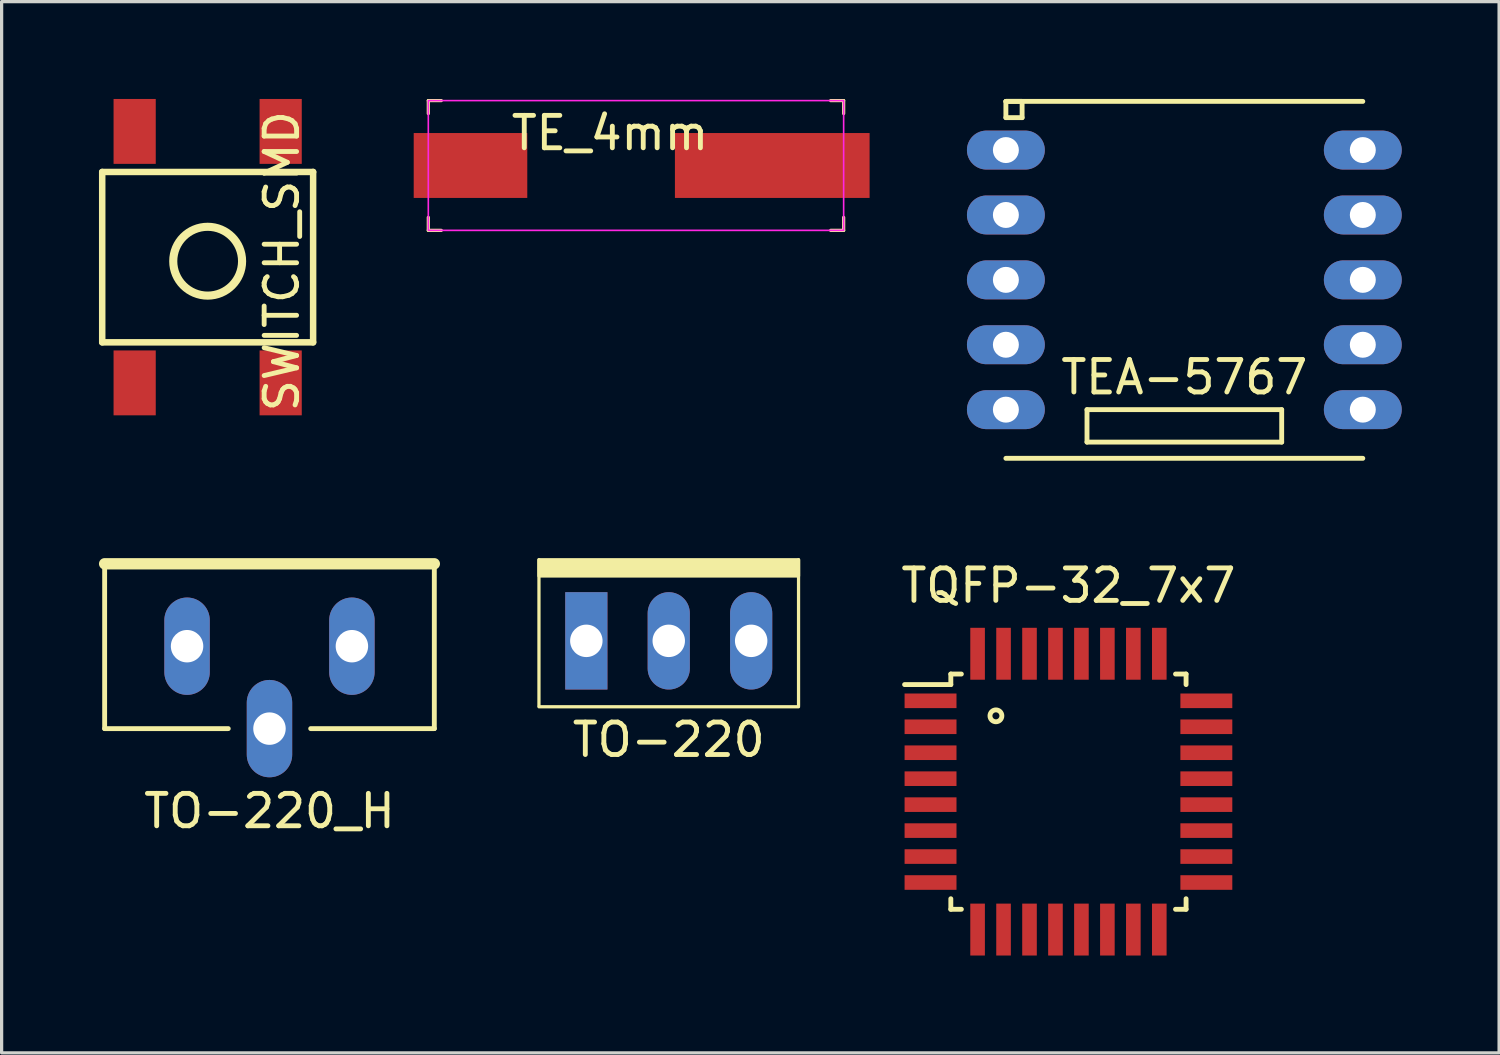
<source format=kicad_pcb>
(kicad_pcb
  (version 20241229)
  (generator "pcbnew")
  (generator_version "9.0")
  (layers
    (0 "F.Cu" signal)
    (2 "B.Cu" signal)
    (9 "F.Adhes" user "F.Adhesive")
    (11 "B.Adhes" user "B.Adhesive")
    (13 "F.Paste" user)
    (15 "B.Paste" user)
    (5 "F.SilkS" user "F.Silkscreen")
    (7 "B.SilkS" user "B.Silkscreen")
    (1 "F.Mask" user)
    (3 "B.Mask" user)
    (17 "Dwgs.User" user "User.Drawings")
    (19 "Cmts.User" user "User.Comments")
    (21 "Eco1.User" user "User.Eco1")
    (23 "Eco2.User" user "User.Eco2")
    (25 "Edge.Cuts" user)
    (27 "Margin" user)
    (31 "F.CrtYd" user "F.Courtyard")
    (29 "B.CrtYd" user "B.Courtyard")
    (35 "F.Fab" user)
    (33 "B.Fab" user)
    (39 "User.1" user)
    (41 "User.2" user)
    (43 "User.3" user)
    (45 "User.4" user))
  (footprint "TQFP-32_7x7"
    (layer "F.Cu")
    (at 29.878 21.348)
    (property "Reference" "TQFP-32_7x7" (at 0 -6.35 0) (layer "F.SilkS") (effects (font (size 1 1) (thickness 0.15))))
    (attr smd)
    (fp_line (start -3.625 -3.625) (end -3.625 -3.3) (stroke (width 0.15) (type solid)) (layer "F.SilkS"))
    (fp_line (start -3.625 -3.625) (end -3.3 -3.625) (stroke (width 0.15) (type solid)) (layer "F.SilkS"))
    (fp_line (start -3.625 -3.3) (end -5.05 -3.3) (stroke (width 0.15) (type solid)) (layer "F.SilkS"))
    (fp_line (start -3.625 3.625) (end -3.625 3.3) (stroke (width 0.15) (type solid)) (layer "F.SilkS"))
    (fp_line (start -3.625 3.625) (end -3.3 3.625) (stroke (width 0.15) (type solid)) (layer "F.SilkS"))
    (fp_line (start 3.625 -3.625) (end 3.3 -3.625) (stroke (width 0.15) (type solid)) (layer "F.SilkS"))
    (fp_line (start 3.625 -3.625) (end 3.625 -3.3) (stroke (width 0.15) (type solid)) (layer "F.SilkS"))
    (fp_line (start 3.625 3.625) (end 3.3 3.625) (stroke (width 0.15) (type solid)) (layer "F.SilkS"))
    (fp_line (start 3.625 3.625) (end 3.625 3.3) (stroke (width 0.15) (type solid)) (layer "F.SilkS"))
    (fp_circle (center -2.235 -2.337) (end -2.083 -2.235) (stroke (width 0.15) (type solid)) (fill no) (layer "F.SilkS"))
    (pad "1" smd rect (at -4.25 -2.8) (size 1.6 0.45) (layers "F.Cu" "F.Mask" "F.Paste"))
    (pad "2" smd rect (at -4.25 -2) (size 1.6 0.45) (layers "F.Cu" "F.Mask" "F.Paste"))
    (pad "3" smd rect (at -4.25 -1.2) (size 1.6 0.45) (layers "F.Cu" "F.Mask" "F.Paste"))
    (pad "4" smd rect (at -4.25 -0.4) (size 1.6 0.45) (layers "F.Cu" "F.Mask" "F.Paste"))
    (pad "5" smd rect (at -4.25 0.4) (size 1.6 0.45) (layers "F.Cu" "F.Mask" "F.Paste"))
    (pad "6" smd rect (at -4.25 1.2) (size 1.6 0.45) (layers "F.Cu" "F.Mask" "F.Paste"))
    (pad "7" smd rect (at -4.25 2) (size 1.6 0.45) (layers "F.Cu" "F.Mask" "F.Paste"))
    (pad "8" smd rect (at -4.25 2.8) (size 1.6 0.45) (layers "F.Cu" "F.Mask" "F.Paste"))
    (pad "9" smd rect (at -2.8 4.25 90) (size 1.6 0.45) (layers "F.Cu" "F.Mask" "F.Paste"))
    (pad "10" smd rect (at -2 4.25 90) (size 1.6 0.45) (layers "F.Cu" "F.Mask" "F.Paste"))
    (pad "11" smd rect (at -1.2 4.25 90) (size 1.6 0.45) (layers "F.Cu" "F.Mask" "F.Paste"))
    (pad "12" smd rect (at -0.4 4.25 90) (size 1.6 0.45) (layers "F.Cu" "F.Mask" "F.Paste"))
    (pad "13" smd rect (at 0.4 4.25 90) (size 1.6 0.45) (layers "F.Cu" "F.Mask" "F.Paste"))
    (pad "14" smd rect (at 1.2 4.25 90) (size 1.6 0.45) (layers "F.Cu" "F.Mask" "F.Paste"))
    (pad "15" smd rect (at 2 4.25 90) (size 1.6 0.45) (layers "F.Cu" "F.Mask" "F.Paste"))
    (pad "16" smd rect (at 2.8 4.25 90) (size 1.6 0.45) (layers "F.Cu" "F.Mask" "F.Paste"))
    (pad "17" smd rect (at 4.25 2.8) (size 1.6 0.45) (layers "F.Cu" "F.Mask" "F.Paste"))
    (pad "18" smd rect (at 4.25 2) (size 1.6 0.45) (layers "F.Cu" "F.Mask" "F.Paste"))
    (pad "19" smd rect (at 4.25 1.2) (size 1.6 0.45) (layers "F.Cu" "F.Mask" "F.Paste"))
    (pad "20" smd rect (at 4.25 0.4) (size 1.6 0.45) (layers "F.Cu" "F.Mask" "F.Paste"))
    (pad "21" smd rect (at 4.25 -0.4) (size 1.6 0.45) (layers "F.Cu" "F.Mask" "F.Paste"))
    (pad "22" smd rect (at 4.25 -1.2) (size 1.6 0.45) (layers "F.Cu" "F.Mask" "F.Paste"))
    (pad "23" smd rect (at 4.25 -2) (size 1.6 0.45) (layers "F.Cu" "F.Mask" "F.Paste"))
    (pad "24" smd rect (at 4.25 -2.8) (size 1.6 0.45) (layers "F.Cu" "F.Mask" "F.Paste"))
    (pad "25" smd rect (at 2.8 -4.25 90) (size 1.6 0.45) (layers "F.Cu" "F.Mask" "F.Paste"))
    (pad "26" smd rect (at 2 -4.25 90) (size 1.6 0.45) (layers "F.Cu" "F.Mask" "F.Paste"))
    (pad "27" smd rect (at 1.2 -4.25 90) (size 1.6 0.45) (layers "F.Cu" "F.Mask" "F.Paste"))
    (pad "28" smd rect (at 0.4 -4.25 90) (size 1.6 0.45) (layers "F.Cu" "F.Mask" "F.Paste"))
    (pad "29" smd rect (at -0.4 -4.25 90) (size 1.6 0.45) (layers "F.Cu" "F.Mask" "F.Paste"))
    (pad "30" smd rect (at -1.2 -4.25 90) (size 1.6 0.45) (layers "F.Cu" "F.Mask" "F.Paste"))
    (pad "31" smd rect (at -2 -4.25 90) (size 1.6 0.45) (layers "F.Cu" "F.Mask" "F.Paste"))
    (pad "32" smd rect (at -2.8 -4.25 90) (size 1.6 0.45) (layers "F.Cu" "F.Mask" "F.Paste")))
  (footprint "TEA-5767"
    (layer "F.Cu")
    (at 33.45 5.575)
    (property "Reference" "TEA-5767" (at 0 3 0) (layer "F.SilkS") (effects (font (size 1 1) (thickness 0.15))))
    (attr through_hole)
    (fp_line (start -5.5 -5.5) (end -5 -5.5) (stroke (width 0.15) (type solid)) (layer "F.SilkS"))
    (fp_line (start -5.5 -5.5) (end 5.5 -5.5) (stroke (width 0.15) (type solid)) (layer "F.SilkS"))
    (fp_line (start -5.5 -5) (end -5.5 -5.5) (stroke (width 0.15) (type solid)) (layer "F.SilkS"))
    (fp_line (start -5 -5.5) (end -5 -5) (stroke (width 0.15) (type solid)) (layer "F.SilkS"))
    (fp_line (start -5 -5) (end -5.5 -5) (stroke (width 0.15) (type solid)) (layer "F.SilkS"))
    (fp_line (start -3 4) (end -3 5) (stroke (width 0.15) (type solid)) (layer "F.SilkS"))
    (fp_line (start -3 5) (end 3 5) (stroke (width 0.15) (type solid)) (layer "F.SilkS"))
    (fp_line (start 3 4) (end -3 4) (stroke (width 0.15) (type solid)) (layer "F.SilkS"))
    (fp_line (start 3 5) (end 3 4) (stroke (width 0.15) (type solid)) (layer "F.SilkS"))
    (fp_line (start 5.5 5.5) (end -5.5 5.5) (stroke (width 0.15) (type solid)) (layer "F.SilkS"))
    (pad "1" thru_hole oval (at -5.5 -4) (size 2.4 1.2) (drill 0.8) (layers "*.Cu" "*.Mask"))
    (pad "2" thru_hole oval (at -5.5 -2) (size 2.4 1.2) (drill 0.8) (layers "*.Cu" "*.Mask"))
    (pad "3" thru_hole oval (at -5.5 0) (size 2.4 1.2) (drill 0.8) (layers "*.Cu" "*.Mask"))
    (pad "4" thru_hole oval (at -5.5 2) (size 2.4 1.2) (drill 0.8) (layers "*.Cu" "*.Mask"))
    (pad "5" thru_hole oval (at -5.5 4) (size 2.4 1.2) (drill 0.8) (layers "*.Cu" "*.Mask"))
    (pad "6" thru_hole oval (at 5.5 4) (size 2.4 1.2) (drill 0.8) (layers "*.Cu" "*.Mask"))
    (pad "7" thru_hole oval (at 5.5 2) (size 2.4 1.2) (drill 0.8) (layers "*.Cu" "*.Mask"))
    (pad "8" thru_hole oval (at 5.5 0) (size 2.4 1.2) (drill 0.8) (layers "*.Cu" "*.Mask"))
    (pad "9" thru_hole oval (at 5.5 -2) (size 2.4 1.2) (drill 0.8) (layers "*.Cu" "*.Mask"))
    (pad "10" thru_hole oval (at 5.5 -4) (size 2.4 1.2) (drill 0.8) (layers "*.Cu" "*.Mask")))
  (footprint "SWITCH_SMD"
    (layer "F.Cu")
    (at 3.35 5)
    (property "Reference" "SWITCH_SMD" (at 2.286 0 90) (layer "F.SilkS") (effects (font (size 1 1) (thickness 0.15))))
    (attr through_hole)
    (fp_line (start -3.25 -2.75) (end -3.25 2.5) (stroke (width 0.2) (type solid)) (layer "F.SilkS"))
    (fp_line (start -3.25 2.5) (end 3.25 2.5) (stroke (width 0.2) (type solid)) (layer "F.SilkS"))
    (fp_line (start 3.25 -2.75) (end -3.25 -2.75) (stroke (width 0.2) (type solid)) (layer "F.SilkS"))
    (fp_line (start 3.25 2.5) (end 3.25 -2.75) (stroke (width 0.2) (type solid)) (layer "F.SilkS"))
    (fp_circle (center 0 0) (end -0.75 -0.75) (stroke (width 0.25) (type solid)) (fill no) (layer "F.SilkS"))
    (pad "1" smd rect (at -2.25 -4) (size 1.3 2) (layers "F.Cu" "F.Mask" "F.Paste"))
    (pad "1" smd rect (at -2.25 3.75) (size 1.3 2) (layers "F.Cu" "F.Mask" "F.Paste"))
    (pad "2" smd rect (at 2.25 -4) (size 1.3 2) (layers "F.Cu" "F.Mask" "F.Paste"))
    (pad "2" smd rect (at 2.25 3.75) (size 1.3 2) (layers "F.Cu" "F.Mask" "F.Paste")))
  (footprint "TE_4mm"
    (layer "F.Cu")
    (at 15.75 2.05)
    (property "Reference" "TE_4mm" (at 0 -1 0) (layer "F.SilkS") (effects (font (size 1 1) (thickness 0.15))))
    (attr smd)
    (fp_line (start -5.6 -2) (end -5.2 -2) (stroke (width 0.1) (type default)) (layer "F.SilkS"))
    (fp_line (start -5.6 -1.6) (end -5.6 -2) (stroke (width 0.1) (type default)) (layer "F.SilkS"))
    (fp_line (start -5.6 1.6) (end -5.6 2) (stroke (width 0.1) (type default)) (layer "F.SilkS"))
    (fp_line (start -5.6 2) (end -5.2 2) (stroke (width 0.1) (type default)) (layer "F.SilkS"))
    (fp_line (start 6.8 -2) (end 7.2 -2) (stroke (width 0.1) (type default)) (layer "F.SilkS"))
    (fp_line (start 6.8 2) (end 7.2 2) (stroke (width 0.1) (type default)) (layer "F.SilkS"))
    (fp_line (start 7.2 -2) (end 7.2 -1.6) (stroke (width 0.1) (type default)) (layer "F.SilkS"))
    (fp_line (start 7.2 2) (end 7.2 1.6) (stroke (width 0.1) (type default)) (layer "F.SilkS"))
    (fp_rect (start 7.2 -2) (end -5.6 2) (stroke (width 0.05) (type default)) (fill no) (layer "F.CrtYd"))
    (pad "1" smd rect (at -4.3 0) (size 3.5 2) (layers "F.Cu" "F.Mask" "F.Paste"))
    (pad "1" smd rect (at 5 0) (size 6 2) (layers "F.Cu" "F.Mask" "F.Paste")))
  (footprint "TO-220"
    (layer "F.Cu")
    (at 17.56 16.7)
    (property "Reference" "TO-220" (at 0 3.048 0) (layer "F.SilkS") (effects (font (size 1 1) (thickness 0.15))))
    (attr through_hole)
    (fp_line (start -4 2) (end -4 -2.5) (stroke (width 0.1) (type solid)) (layer "F.SilkS"))
    (fp_line (start 4 -2.5) (end 4 2) (stroke (width 0.1) (type solid)) (layer "F.SilkS"))
    (fp_line (start 4 2.032) (end -4 2.032) (stroke (width 0.1) (type solid)) (layer "F.SilkS"))
    (fp_poly (pts (xy -4 -2.5) (xy 4 -2.5) (xy 4 -2) (xy -4 -2)) (stroke (width 0.1) (type solid)) (fill yes) (layer "F.SilkS"))
    (pad "1" thru_hole rect (at -2.54 0) (size 1.3 3) (drill 1) (layers "*.Cu" "*.Mask"))
    (pad "2" thru_hole oval (at 0 0) (size 1.3 3) (drill 1) (layers "*.Cu" "*.Mask"))
    (pad "3" thru_hole oval (at 2.54 0) (size 1.3 3) (drill 1) (layers "*.Cu" "*.Mask")))
  (footprint "TO-220_H"
    (layer "F.Cu")
    (at 5.255 18.135)
    (property "Reference" "TO-220_H" (at 0 3.81 0) (layer "F.SilkS") (effects (font (size 1 1) (thickness 0.15))))
    (attr through_hole)
    (fp_line (start -5.08 -3.81) (end 5.08 -3.81) (stroke (width 0.35) (type solid)) (layer "F.SilkS"))
    (fp_line (start -5.08 1.27) (end -5.08 -3.81) (stroke (width 0.15) (type solid)) (layer "F.SilkS"))
    (fp_line (start -5.08 1.27) (end -1.27 1.27) (stroke (width 0.15) (type solid)) (layer "F.SilkS"))
    (fp_line (start 1.27 1.27) (end 5.08 1.27) (stroke (width 0.15) (type solid)) (layer "F.SilkS"))
    (fp_line (start 5.08 1.27) (end 5.08 -3.81) (stroke (width 0.15) (type solid)) (layer "F.SilkS"))
    (pad "1" thru_hole oval (at -2.54 -1.27) (size 1.4 3) (drill 1) (layers "*.Cu" "*.Mask"))
    (pad "2" thru_hole oval (at 0 1.27) (size 1.4 3) (drill 1) (layers "*.Cu" "*.Mask"))
    (pad "3" thru_hole oval (at 2.54 -1.27) (size 1.4 3) (drill 1) (layers "*.Cu" "*.Mask")))
  (gr_rect
    (start -3 -3)
    (end 43.15 29.398)
    (stroke (width 0.1) (type default))
    (fill no)
    (layer "Edge.Cuts")))
</source>
